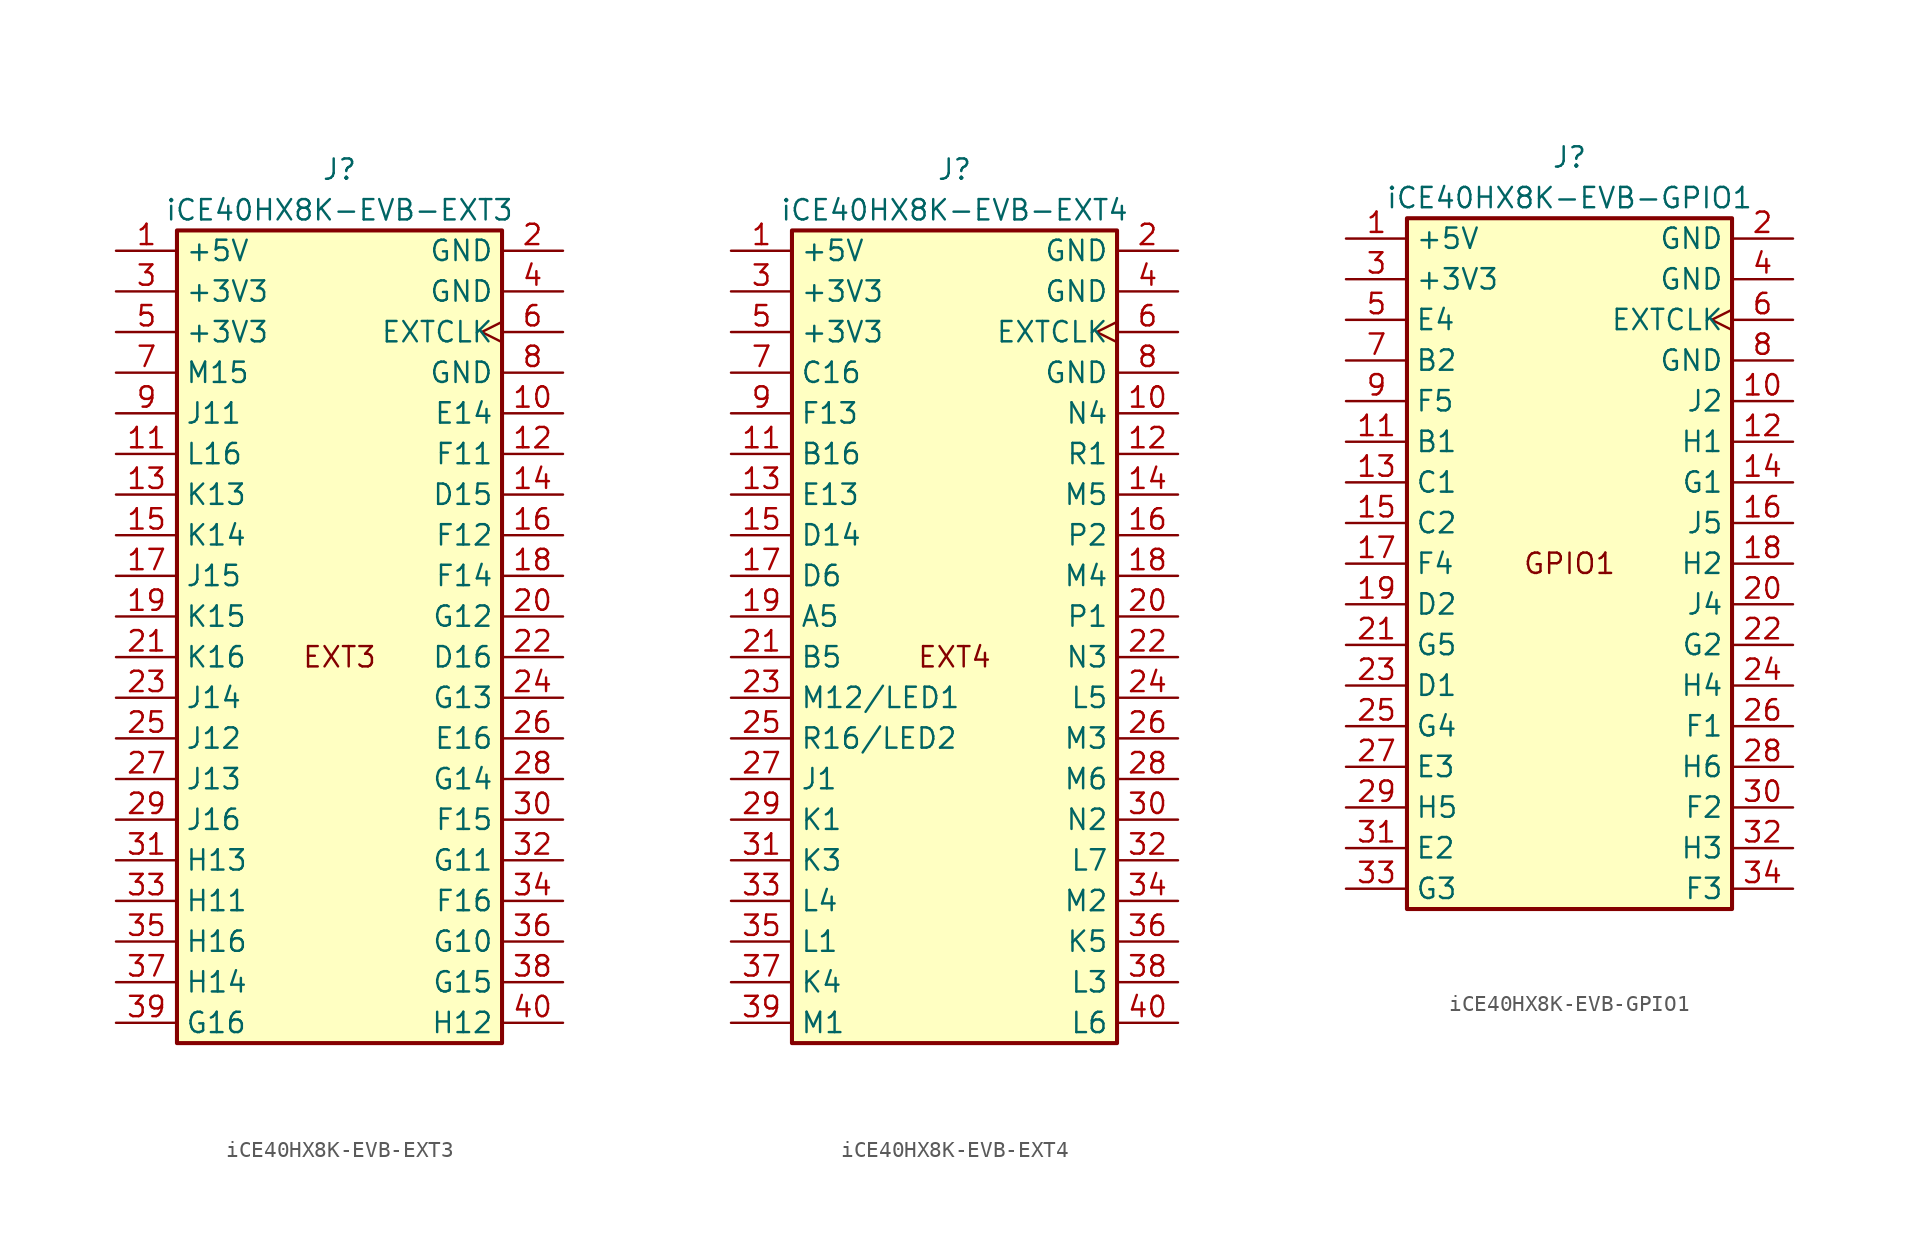
<source format=kicad_sym>
(kicad_symbol_lib
  (version 20220914)
  (generator kicad_symbol_editor)
  (symbol "iCE40HX8K-EVB-EXT3"
    (property "Reference" "J"
      (at 0 30.48 0)
      (effects (font (size 1.27 1.27))))
    (property "Value" "iCE40HX8K-EVB-EXT3"
      (at 0 27.94 0)
      (effects (font (size 1.27 1.27))))
    (symbol "iCE40HX8K-EVB-EXT3_1_0"
      (text "EXT3" (at 0 0 0) (effects (font (size 1.27 1.27)))))
    (symbol "iCE40HX8K-EVB-EXT3_1_1"
      (rectangle (start -10.16 26.67) (end 10.16 -24.13) (stroke (width 0.254) (type default)) (fill (type background)))
      (pin power_out line (at -13.97 25.4 0) (length 3.81) (name "+5V" (effects (font (size 1.27 1.27)))) (number "1" (effects (font (size 1.27 1.27)))))
      (pin bidirectional line (at 13.97 15.24 180) (length 3.81) (name "E14" (effects (font (size 1.27 1.27)))) (number "10" (effects (font (size 1.27 1.27)))))
      (pin bidirectional line (at -13.97 12.7 0) (length 3.81) (name "L16" (effects (font (size 1.27 1.27)))) (number "11" (effects (font (size 1.27 1.27)))))
      (pin bidirectional line (at 13.97 12.7 180) (length 3.81) (name "F11" (effects (font (size 1.27 1.27)))) (number "12" (effects (font (size 1.27 1.27)))))
      (pin bidirectional line (at -13.97 10.16 0) (length 3.81) (name "K13" (effects (font (size 1.27 1.27)))) (number "13" (effects (font (size 1.27 1.27)))))
      (pin bidirectional line (at 13.97 10.16 180) (length 3.81) (name "D15" (effects (font (size 1.27 1.27)))) (number "14" (effects (font (size 1.27 1.27)))))
      (pin bidirectional line (at -13.97 7.62 0) (length 3.81) (name "K14" (effects (font (size 1.27 1.27)))) (number "15" (effects (font (size 1.27 1.27)))))
      (pin bidirectional line (at 13.97 7.62 180) (length 3.81) (name "F12" (effects (font (size 1.27 1.27)))) (number "16" (effects (font (size 1.27 1.27)))))
      (pin bidirectional line (at -13.97 5.08 0) (length 3.81) (name "J15" (effects (font (size 1.27 1.27)))) (number "17" (effects (font (size 1.27 1.27)))))
      (pin bidirectional line (at 13.97 5.08 180) (length 3.81) (name "F14" (effects (font (size 1.27 1.27)))) (number "18" (effects (font (size 1.27 1.27)))))
      (pin bidirectional line (at -13.97 2.54 0) (length 3.81) (name "K15" (effects (font (size 1.27 1.27)))) (number "19" (effects (font (size 1.27 1.27)))))
      (pin power_out line (at 13.97 25.4 180) (length 3.81) (name "GND" (effects (font (size 1.27 1.27)))) (number "2" (effects (font (size 1.27 1.27)))))
      (pin bidirectional line (at 13.97 2.54 180) (length 3.81) (name "G12" (effects (font (size 1.27 1.27)))) (number "20" (effects (font (size 1.27 1.27)))))
      (pin bidirectional line (at -13.97 0 0) (length 3.81) (name "K16" (effects (font (size 1.27 1.27)))) (number "21" (effects (font (size 1.27 1.27)))))
      (pin bidirectional line (at 13.97 0 180) (length 3.81) (name "D16" (effects (font (size 1.27 1.27)))) (number "22" (effects (font (size 1.27 1.27)))))
      (pin bidirectional line (at -13.97 -2.54 0) (length 3.81) (name "J14" (effects (font (size 1.27 1.27)))) (number "23" (effects (font (size 1.27 1.27)))))
      (pin bidirectional line (at 13.97 -2.54 180) (length 3.81) (name "G13" (effects (font (size 1.27 1.27)))) (number "24" (effects (font (size 1.27 1.27)))))
      (pin bidirectional line (at -13.97 -5.08 0) (length 3.81) (name "J12" (effects (font (size 1.27 1.27)))) (number "25" (effects (font (size 1.27 1.27)))))
      (pin bidirectional line (at 13.97 -5.08 180) (length 3.81) (name "E16" (effects (font (size 1.27 1.27)))) (number "26" (effects (font (size 1.27 1.27)))))
      (pin bidirectional line (at -13.97 -7.62 0) (length 3.81) (name "J13" (effects (font (size 1.27 1.27)))) (number "27" (effects (font (size 1.27 1.27)))))
      (pin bidirectional line (at 13.97 -7.62 180) (length 3.81) (name "G14" (effects (font (size 1.27 1.27)))) (number "28" (effects (font (size 1.27 1.27)))))
      (pin bidirectional line (at -13.97 -10.16 0) (length 3.81) (name "J16" (effects (font (size 1.27 1.27)))) (number "29" (effects (font (size 1.27 1.27)))))
      (pin power_out line (at -13.97 22.86 0) (length 3.81) (name "+3V3" (effects (font (size 1.27 1.27)))) (number "3" (effects (font (size 1.27 1.27)))))
      (pin bidirectional line (at 13.97 -10.16 180) (length 3.81) (name "F15" (effects (font (size 1.27 1.27)))) (number "30" (effects (font (size 1.27 1.27)))))
      (pin bidirectional line (at -13.97 -12.7 0) (length 3.81) (name "H13" (effects (font (size 1.27 1.27)))) (number "31" (effects (font (size 1.27 1.27)))))
      (pin bidirectional line (at 13.97 -12.7 180) (length 3.81) (name "G11" (effects (font (size 1.27 1.27)))) (number "32" (effects (font (size 1.27 1.27)))))
      (pin bidirectional line (at -13.97 -15.24 0) (length 3.81) (name "H11" (effects (font (size 1.27 1.27)))) (number "33" (effects (font (size 1.27 1.27)))))
      (pin bidirectional line (at 13.97 -15.24 180) (length 3.81) (name "F16" (effects (font (size 1.27 1.27)))) (number "34" (effects (font (size 1.27 1.27)))))
      (pin bidirectional line (at -13.97 -17.78 0) (length 3.81) (name "H16" (effects (font (size 1.27 1.27)))) (number "35" (effects (font (size 1.27 1.27)))))
      (pin bidirectional line (at 13.97 -17.78 180) (length 3.81) (name "G10" (effects (font (size 1.27 1.27)))) (number "36" (effects (font (size 1.27 1.27)))))
      (pin bidirectional line (at -13.97 -20.32 0) (length 3.81) (name "H14" (effects (font (size 1.27 1.27)))) (number "37" (effects (font (size 1.27 1.27)))))
      (pin bidirectional line (at 13.97 -20.32 180) (length 3.81) (name "G15" (effects (font (size 1.27 1.27)))) (number "38" (effects (font (size 1.27 1.27)))))
      (pin bidirectional line (at -13.97 -22.86 0) (length 3.81) (name "G16" (effects (font (size 1.27 1.27)))) (number "39" (effects (font (size 1.27 1.27)))))
      (pin power_out line (at 13.97 22.86 180) (length 3.81) (name "GND" (effects (font (size 1.27 1.27)))) (number "4" (effects (font (size 1.27 1.27)))))
      (pin bidirectional line (at 13.97 -22.86 180) (length 3.81) (name "H12" (effects (font (size 1.27 1.27)))) (number "40" (effects (font (size 1.27 1.27)))))
      (pin power_out line (at -13.97 20.32 0) (length 3.81) (name "+3V3" (effects (font (size 1.27 1.27)))) (number "5" (effects (font (size 1.27 1.27)))))
      (pin output clock (at 13.97 20.32 180) (length 3.81) (name "EXTCLK" (effects (font (size 1.27 1.27)))) (number "6" (effects (font (size 1.27 1.27)))))
      (pin bidirectional line (at -13.97 17.78 0) (length 3.81) (name "M15" (effects (font (size 1.27 1.27)))) (number "7" (effects (font (size 1.27 1.27)))))
      (pin power_out line (at 13.97 17.78 180) (length 3.81) (name "GND" (effects (font (size 1.27 1.27)))) (number "8" (effects (font (size 1.27 1.27)))))
      (pin bidirectional line (at -13.97 15.24 0) (length 3.81) (name "J11" (effects (font (size 1.27 1.27)))) (number "9" (effects (font (size 1.27 1.27)))))))
  (symbol "iCE40HX8K-EVB-EXT4"
    (property "Reference" "J"
      (at 0 30.48 0)
      (effects (font (size 1.27 1.27))))
    (property "Value" "iCE40HX8K-EVB-EXT4"
      (at 0 27.94 0)
      (effects (font (size 1.27 1.27))))
    (symbol "iCE40HX8K-EVB-EXT4_1_0"
      (text "EXT4" (at 0 0 0) (effects (font (size 1.27 1.27)))))
    (symbol "iCE40HX8K-EVB-EXT4_1_1"
      (rectangle (start -10.16 26.67) (end 10.16 -24.13) (stroke (width 0.254) (type default)) (fill (type background)))
      (pin power_out line (at -13.97 25.4 0) (length 3.81) (name "+5V" (effects (font (size 1.27 1.27)))) (number "1" (effects (font (size 1.27 1.27)))))
      (pin bidirectional line (at 13.97 15.24 180) (length 3.81) (name "N4" (effects (font (size 1.27 1.27)))) (number "10" (effects (font (size 1.27 1.27)))))
      (pin bidirectional line (at -13.97 12.7 0) (length 3.81) (name "B16" (effects (font (size 1.27 1.27)))) (number "11" (effects (font (size 1.27 1.27)))))
      (pin bidirectional line (at 13.97 12.7 180) (length 3.81) (name "R1" (effects (font (size 1.27 1.27)))) (number "12" (effects (font (size 1.27 1.27)))))
      (pin bidirectional line (at -13.97 10.16 0) (length 3.81) (name "E13" (effects (font (size 1.27 1.27)))) (number "13" (effects (font (size 1.27 1.27)))))
      (pin bidirectional line (at 13.97 10.16 180) (length 3.81) (name "M5" (effects (font (size 1.27 1.27)))) (number "14" (effects (font (size 1.27 1.27)))))
      (pin bidirectional line (at -13.97 7.62 0) (length 3.81) (name "D14" (effects (font (size 1.27 1.27)))) (number "15" (effects (font (size 1.27 1.27)))))
      (pin bidirectional line (at 13.97 7.62 180) (length 3.81) (name "P2" (effects (font (size 1.27 1.27)))) (number "16" (effects (font (size 1.27 1.27)))))
      (pin bidirectional line (at -13.97 5.08 0) (length 3.81) (name "D6" (effects (font (size 1.27 1.27)))) (number "17" (effects (font (size 1.27 1.27)))))
      (pin bidirectional line (at 13.97 5.08 180) (length 3.81) (name "M4" (effects (font (size 1.27 1.27)))) (number "18" (effects (font (size 1.27 1.27)))))
      (pin bidirectional line (at -13.97 2.54 0) (length 3.81) (name "A5" (effects (font (size 1.27 1.27)))) (number "19" (effects (font (size 1.27 1.27)))))
      (pin power_out line (at 13.97 25.4 180) (length 3.81) (name "GND" (effects (font (size 1.27 1.27)))) (number "2" (effects (font (size 1.27 1.27)))))
      (pin bidirectional line (at 13.97 2.54 180) (length 3.81) (name "P1" (effects (font (size 1.27 1.27)))) (number "20" (effects (font (size 1.27 1.27)))))
      (pin bidirectional line (at -13.97 0 0) (length 3.81) (name "B5" (effects (font (size 1.27 1.27)))) (number "21" (effects (font (size 1.27 1.27)))))
      (pin bidirectional line (at 13.97 0 180) (length 3.81) (name "N3" (effects (font (size 1.27 1.27)))) (number "22" (effects (font (size 1.27 1.27)))))
      (pin bidirectional line (at -13.97 -2.54 0) (length 3.81) (name "M12/LED1" (effects (font (size 1.27 1.27)))) (number "23" (effects (font (size 1.27 1.27)))))
      (pin bidirectional line (at 13.97 -2.54 180) (length 3.81) (name "L5" (effects (font (size 1.27 1.27)))) (number "24" (effects (font (size 1.27 1.27)))))
      (pin bidirectional line (at -13.97 -5.08 0) (length 3.81) (name "R16/LED2" (effects (font (size 1.27 1.27)))) (number "25" (effects (font (size 1.27 1.27)))))
      (pin bidirectional line (at 13.97 -5.08 180) (length 3.81) (name "M3" (effects (font (size 1.27 1.27)))) (number "26" (effects (font (size 1.27 1.27)))))
      (pin bidirectional line (at -13.97 -7.62 0) (length 3.81) (name "J1" (effects (font (size 1.27 1.27)))) (number "27" (effects (font (size 1.27 1.27)))))
      (pin bidirectional line (at 13.97 -7.62 180) (length 3.81) (name "M6" (effects (font (size 1.27 1.27)))) (number "28" (effects (font (size 1.27 1.27)))))
      (pin bidirectional line (at -13.97 -10.16 0) (length 3.81) (name "K1" (effects (font (size 1.27 1.27)))) (number "29" (effects (font (size 1.27 1.27)))))
      (pin power_out line (at -13.97 22.86 0) (length 3.81) (name "+3V3" (effects (font (size 1.27 1.27)))) (number "3" (effects (font (size 1.27 1.27)))))
      (pin bidirectional line (at 13.97 -10.16 180) (length 3.81) (name "N2" (effects (font (size 1.27 1.27)))) (number "30" (effects (font (size 1.27 1.27)))))
      (pin bidirectional line (at -13.97 -12.7 0) (length 3.81) (name "K3" (effects (font (size 1.27 1.27)))) (number "31" (effects (font (size 1.27 1.27)))))
      (pin bidirectional line (at 13.97 -12.7 180) (length 3.81) (name "L7" (effects (font (size 1.27 1.27)))) (number "32" (effects (font (size 1.27 1.27)))))
      (pin bidirectional line (at -13.97 -15.24 0) (length 3.81) (name "L4" (effects (font (size 1.27 1.27)))) (number "33" (effects (font (size 1.27 1.27)))))
      (pin bidirectional line (at 13.97 -15.24 180) (length 3.81) (name "M2" (effects (font (size 1.27 1.27)))) (number "34" (effects (font (size 1.27 1.27)))))
      (pin bidirectional line (at -13.97 -17.78 0) (length 3.81) (name "L1" (effects (font (size 1.27 1.27)))) (number "35" (effects (font (size 1.27 1.27)))))
      (pin bidirectional line (at 13.97 -17.78 180) (length 3.81) (name "K5" (effects (font (size 1.27 1.27)))) (number "36" (effects (font (size 1.27 1.27)))))
      (pin bidirectional line (at -13.97 -20.32 0) (length 3.81) (name "K4" (effects (font (size 1.27 1.27)))) (number "37" (effects (font (size 1.27 1.27)))))
      (pin bidirectional line (at 13.97 -20.32 180) (length 3.81) (name "L3" (effects (font (size 1.27 1.27)))) (number "38" (effects (font (size 1.27 1.27)))))
      (pin bidirectional line (at -13.97 -22.86 0) (length 3.81) (name "M1" (effects (font (size 1.27 1.27)))) (number "39" (effects (font (size 1.27 1.27)))))
      (pin power_out line (at 13.97 22.86 180) (length 3.81) (name "GND" (effects (font (size 1.27 1.27)))) (number "4" (effects (font (size 1.27 1.27)))))
      (pin bidirectional line (at 13.97 -22.86 180) (length 3.81) (name "L6" (effects (font (size 1.27 1.27)))) (number "40" (effects (font (size 1.27 1.27)))))
      (pin power_out line (at -13.97 20.32 0) (length 3.81) (name "+3V3" (effects (font (size 1.27 1.27)))) (number "5" (effects (font (size 1.27 1.27)))))
      (pin output clock (at 13.97 20.32 180) (length 3.81) (name "EXTCLK" (effects (font (size 1.27 1.27)))) (number "6" (effects (font (size 1.27 1.27)))))
      (pin bidirectional line (at -13.97 17.78 0) (length 3.81) (name "C16" (effects (font (size 1.27 1.27)))) (number "7" (effects (font (size 1.27 1.27)))))
      (pin power_out line (at 13.97 17.78 180) (length 3.81) (name "GND" (effects (font (size 1.27 1.27)))) (number "8" (effects (font (size 1.27 1.27)))))
      (pin bidirectional line (at -13.97 15.24 0) (length 3.81) (name "F13" (effects (font (size 1.27 1.27)))) (number "9" (effects (font (size 1.27 1.27)))))))
  (symbol "iCE40HX8K-EVB-GPIO1"
    (property "Reference" "J"
      (at 0 25.4 0)
      (effects (font (size 1.27 1.27))))
    (property "Value" "iCE40HX8K-EVB-GPIO1"
      (at 0 22.86 0)
      (effects (font (size 1.27 1.27))))
    (symbol "iCE40HX8K-EVB-GPIO1_1_0"
      (text "GPIO1" (at 0 0 0) (effects (font (size 1.27 1.27)))))
    (symbol "iCE40HX8K-EVB-GPIO1_1_1"
      (rectangle (start -10.16 21.59) (end 10.16 -21.59) (stroke (width 0.254) (type default)) (fill (type background)))
      (pin power_in line (at -13.97 20.32 0) (length 3.81) (name "+5V" (effects (font (size 1.27 1.27)))) (number "1" (effects (font (size 1.27 1.27)))))
      (pin bidirectional line (at 13.97 10.16 180) (length 3.81) (name "J2" (effects (font (size 1.27 1.27)))) (number "10" (effects (font (size 1.27 1.27)))))
      (pin bidirectional line (at -13.97 7.62 0) (length 3.81) (name "B1" (effects (font (size 1.27 1.27)))) (number "11" (effects (font (size 1.27 1.27)))))
      (pin bidirectional line (at 13.97 7.62 180) (length 3.81) (name "H1" (effects (font (size 1.27 1.27)))) (number "12" (effects (font (size 1.27 1.27)))))
      (pin bidirectional line (at -13.97 5.08 0) (length 3.81) (name "C1" (effects (font (size 1.27 1.27)))) (number "13" (effects (font (size 1.27 1.27)))))
      (pin bidirectional line (at 13.97 5.08 180) (length 3.81) (name "G1" (effects (font (size 1.27 1.27)))) (number "14" (effects (font (size 1.27 1.27)))))
      (pin bidirectional line (at -13.97 2.54 0) (length 3.81) (name "C2" (effects (font (size 1.27 1.27)))) (number "15" (effects (font (size 1.27 1.27)))))
      (pin bidirectional line (at 13.97 2.54 180) (length 3.81) (name "J5" (effects (font (size 1.27 1.27)))) (number "16" (effects (font (size 1.27 1.27)))))
      (pin bidirectional line (at -13.97 0 0) (length 3.81) (name "F4" (effects (font (size 1.27 1.27)))) (number "17" (effects (font (size 1.27 1.27)))))
      (pin bidirectional line (at 13.97 0 180) (length 3.81) (name "H2" (effects (font (size 1.27 1.27)))) (number "18" (effects (font (size 1.27 1.27)))))
      (pin bidirectional line (at -13.97 -2.54 0) (length 3.81) (name "D2" (effects (font (size 1.27 1.27)))) (number "19" (effects (font (size 1.27 1.27)))))
      (pin power_in line (at 13.97 20.32 180) (length 3.81) (name "GND" (effects (font (size 1.27 1.27)))) (number "2" (effects (font (size 1.27 1.27)))))
      (pin bidirectional line (at 13.97 -2.54 180) (length 3.81) (name "J4" (effects (font (size 1.27 1.27)))) (number "20" (effects (font (size 1.27 1.27)))))
      (pin bidirectional line (at -13.97 -5.08 0) (length 3.81) (name "G5" (effects (font (size 1.27 1.27)))) (number "21" (effects (font (size 1.27 1.27)))))
      (pin bidirectional line (at 13.97 -5.08 180) (length 3.81) (name "G2" (effects (font (size 1.27 1.27)))) (number "22" (effects (font (size 1.27 1.27)))))
      (pin bidirectional line (at -13.97 -7.62 0) (length 3.81) (name "D1" (effects (font (size 1.27 1.27)))) (number "23" (effects (font (size 1.27 1.27)))))
      (pin bidirectional line (at 13.97 -7.62 180) (length 3.81) (name "H4" (effects (font (size 1.27 1.27)))) (number "24" (effects (font (size 1.27 1.27)))))
      (pin bidirectional line (at -13.97 -10.16 0) (length 3.81) (name "G4" (effects (font (size 1.27 1.27)))) (number "25" (effects (font (size 1.27 1.27)))))
      (pin bidirectional line (at 13.97 -10.16 180) (length 3.81) (name "F1" (effects (font (size 1.27 1.27)))) (number "26" (effects (font (size 1.27 1.27)))))
      (pin bidirectional line (at -13.97 -12.7 0) (length 3.81) (name "E3" (effects (font (size 1.27 1.27)))) (number "27" (effects (font (size 1.27 1.27)))))
      (pin bidirectional line (at 13.97 -12.7 180) (length 3.81) (name "H6" (effects (font (size 1.27 1.27)))) (number "28" (effects (font (size 1.27 1.27)))))
      (pin bidirectional line (at -13.97 -15.24 0) (length 3.81) (name "H5" (effects (font (size 1.27 1.27)))) (number "29" (effects (font (size 1.27 1.27)))))
      (pin power_in line (at -13.97 17.78 0) (length 3.81) (name "+3V3" (effects (font (size 1.27 1.27)))) (number "3" (effects (font (size 1.27 1.27)))))
      (pin bidirectional line (at 13.97 -15.24 180) (length 3.81) (name "F2" (effects (font (size 1.27 1.27)))) (number "30" (effects (font (size 1.27 1.27)))))
      (pin bidirectional line (at -13.97 -17.78 0) (length 3.81) (name "E2" (effects (font (size 1.27 1.27)))) (number "31" (effects (font (size 1.27 1.27)))))
      (pin bidirectional line (at 13.97 -17.78 180) (length 3.81) (name "H3" (effects (font (size 1.27 1.27)))) (number "32" (effects (font (size 1.27 1.27)))))
      (pin bidirectional line (at -13.97 -20.32 0) (length 3.81) (name "G3" (effects (font (size 1.27 1.27)))) (number "33" (effects (font (size 1.27 1.27)))))
      (pin bidirectional line (at 13.97 -20.32 180) (length 3.81) (name "F3" (effects (font (size 1.27 1.27)))) (number "34" (effects (font (size 1.27 1.27)))))
      (pin power_in line (at 13.97 17.78 180) (length 3.81) (name "GND" (effects (font (size 1.27 1.27)))) (number "4" (effects (font (size 1.27 1.27)))))
      (pin bidirectional line (at -13.97 15.24 0) (length 3.81) (name "E4" (effects (font (size 1.27 1.27)))) (number "5" (effects (font (size 1.27 1.27)))))
      (pin output clock (at 13.97 15.24 180) (length 3.81) (name "EXTCLK" (effects (font (size 1.27 1.27)))) (number "6" (effects (font (size 1.27 1.27)))))
      (pin bidirectional line (at -13.97 12.7 0) (length 3.81) (name "B2" (effects (font (size 1.27 1.27)))) (number "7" (effects (font (size 1.27 1.27)))))
      (pin power_in line (at 13.97 12.7 180) (length 3.81) (name "GND" (effects (font (size 1.27 1.27)))) (number "8" (effects (font (size 1.27 1.27)))))
      (pin bidirectional line (at -13.97 10.16 0) (length 3.81) (name "F5" (effects (font (size 1.27 1.27)))) (number "9" (effects (font (size 1.27 1.27))))))))
</source>
